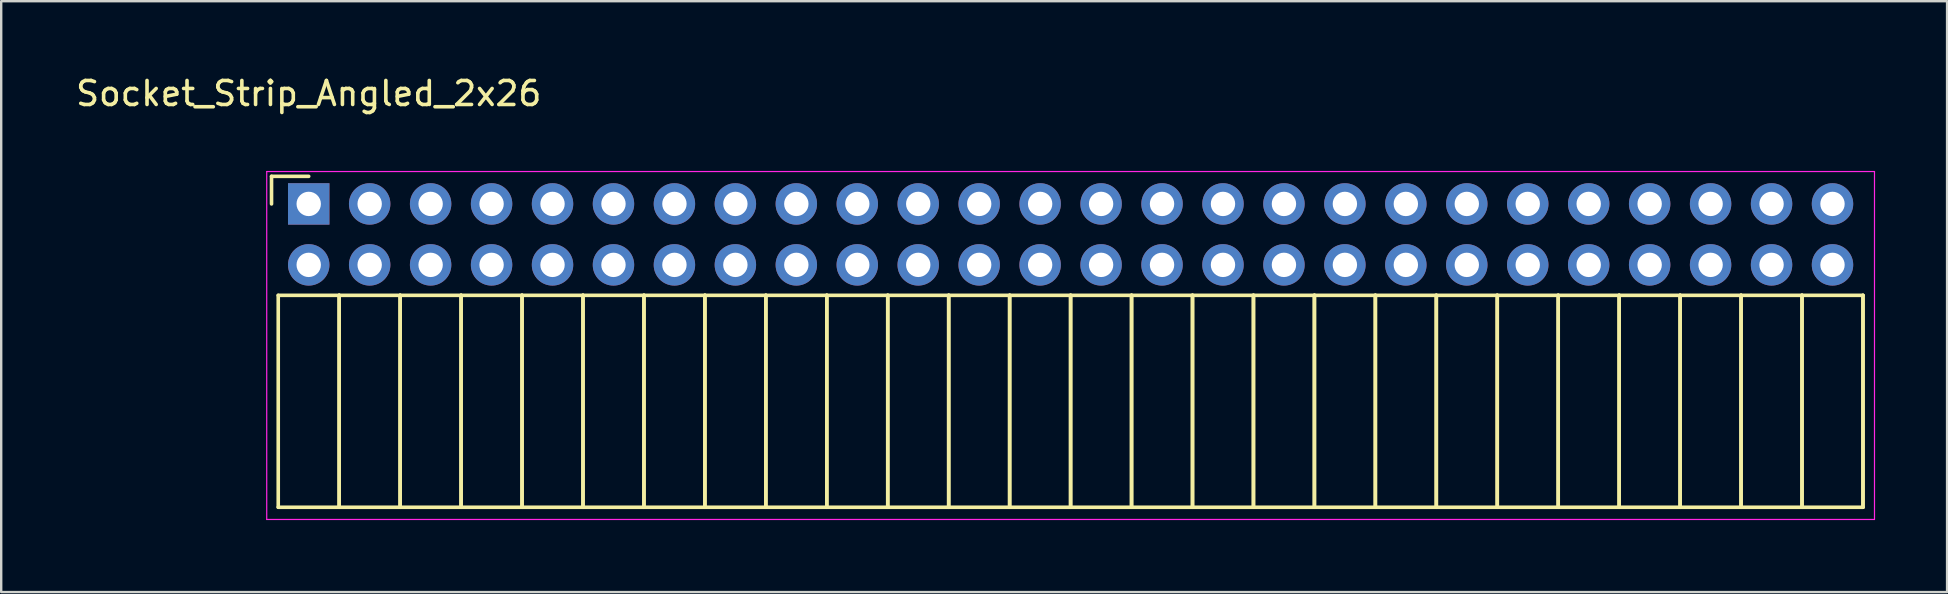
<source format=kicad_pcb>
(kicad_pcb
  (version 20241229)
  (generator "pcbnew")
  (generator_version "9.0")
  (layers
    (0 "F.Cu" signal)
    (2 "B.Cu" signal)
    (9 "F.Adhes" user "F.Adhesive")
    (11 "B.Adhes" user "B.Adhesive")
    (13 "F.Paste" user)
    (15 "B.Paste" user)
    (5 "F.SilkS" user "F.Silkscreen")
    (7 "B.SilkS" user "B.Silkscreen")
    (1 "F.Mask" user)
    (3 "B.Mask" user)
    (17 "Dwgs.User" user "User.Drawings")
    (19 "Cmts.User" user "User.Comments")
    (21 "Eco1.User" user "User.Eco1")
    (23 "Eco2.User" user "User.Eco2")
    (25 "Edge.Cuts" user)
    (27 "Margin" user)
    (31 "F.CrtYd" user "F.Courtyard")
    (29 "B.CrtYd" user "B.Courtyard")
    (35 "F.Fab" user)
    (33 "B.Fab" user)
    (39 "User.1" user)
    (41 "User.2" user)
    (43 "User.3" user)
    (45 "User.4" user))
  (footprint "Socket_Strip_Angled_2x26"
    (layer "F.Cu")
    (at 9.815 5.448)
    (property "Reference" "Socket_Strip_Angled_2x26" (at 0 -4.6 0) (layer "F.SilkS") (effects (font (size 1 1) (thickness 0.15))))
    (attr through_hole)
    (fp_line (start -1.55 -1.15) (end -1.55 0) (stroke (width 0.15) (type solid)) (layer "F.SilkS"))
    (fp_line (start -1.27 3.81) (end -1.27 12.64) (stroke (width 0.15) (type solid)) (layer "F.SilkS"))
    (fp_line (start -1.27 3.81) (end 1.27 3.81) (stroke (width 0.15) (type solid)) (layer "F.SilkS"))
    (fp_line (start -1.27 12.64) (end 1.27 12.64) (stroke (width 0.15) (type solid)) (layer "F.SilkS"))
    (fp_line (start 0 -1.15) (end -1.55 -1.15) (stroke (width 0.15) (type solid)) (layer "F.SilkS"))
    (fp_line (start 1.27 3.81) (end 1.27 12.64) (stroke (width 0.15) (type solid)) (layer "F.SilkS"))
    (fp_line (start 1.27 3.81) (end 3.81 3.81) (stroke (width 0.15) (type solid)) (layer "F.SilkS"))
    (fp_line (start 1.27 12.64) (end 1.27 3.81) (stroke (width 0.15) (type solid)) (layer "F.SilkS"))
    (fp_line (start 1.27 12.64) (end 3.81 12.64) (stroke (width 0.15) (type solid)) (layer "F.SilkS"))
    (fp_line (start 3.81 3.81) (end 3.81 12.64) (stroke (width 0.15) (type solid)) (layer "F.SilkS"))
    (fp_line (start 3.81 3.81) (end 6.35 3.81) (stroke (width 0.15) (type solid)) (layer "F.SilkS"))
    (fp_line (start 3.81 12.64) (end 3.81 3.81) (stroke (width 0.15) (type solid)) (layer "F.SilkS"))
    (fp_line (start 3.81 12.64) (end 6.35 12.64) (stroke (width 0.15) (type solid)) (layer "F.SilkS"))
    (fp_line (start 6.35 3.81) (end 6.35 12.64) (stroke (width 0.15) (type solid)) (layer "F.SilkS"))
    (fp_line (start 6.35 3.81) (end 8.89 3.81) (stroke (width 0.15) (type solid)) (layer "F.SilkS"))
    (fp_line (start 6.35 12.64) (end 6.35 3.81) (stroke (width 0.15) (type solid)) (layer "F.SilkS"))
    (fp_line (start 6.35 12.64) (end 8.89 12.64) (stroke (width 0.15) (type solid)) (layer "F.SilkS"))
    (fp_line (start 8.89 3.81) (end 8.89 12.64) (stroke (width 0.15) (type solid)) (layer "F.SilkS"))
    (fp_line (start 8.89 3.81) (end 11.43 3.81) (stroke (width 0.15) (type solid)) (layer "F.SilkS"))
    (fp_line (start 8.89 12.64) (end 8.89 3.81) (stroke (width 0.15) (type solid)) (layer "F.SilkS"))
    (fp_line (start 8.89 12.64) (end 11.43 12.64) (stroke (width 0.15) (type solid)) (layer "F.SilkS"))
    (fp_line (start 11.43 3.81) (end 11.43 12.64) (stroke (width 0.15) (type solid)) (layer "F.SilkS"))
    (fp_line (start 11.43 3.81) (end 13.97 3.81) (stroke (width 0.15) (type solid)) (layer "F.SilkS"))
    (fp_line (start 11.43 12.64) (end 11.43 3.81) (stroke (width 0.15) (type solid)) (layer "F.SilkS"))
    (fp_line (start 11.43 12.64) (end 13.97 12.64) (stroke (width 0.15) (type solid)) (layer "F.SilkS"))
    (fp_line (start 13.97 3.81) (end 13.97 12.64) (stroke (width 0.15) (type solid)) (layer "F.SilkS"))
    (fp_line (start 13.97 3.81) (end 16.51 3.81) (stroke (width 0.15) (type solid)) (layer "F.SilkS"))
    (fp_line (start 13.97 12.64) (end 13.97 3.81) (stroke (width 0.15) (type solid)) (layer "F.SilkS"))
    (fp_line (start 13.97 12.64) (end 16.51 12.64) (stroke (width 0.15) (type solid)) (layer "F.SilkS"))
    (fp_line (start 16.51 3.81) (end 16.51 12.64) (stroke (width 0.15) (type solid)) (layer "F.SilkS"))
    (fp_line (start 16.51 3.81) (end 19.05 3.81) (stroke (width 0.15) (type solid)) (layer "F.SilkS"))
    (fp_line (start 16.51 12.64) (end 16.51 3.81) (stroke (width 0.15) (type solid)) (layer "F.SilkS"))
    (fp_line (start 16.51 12.64) (end 19.05 12.64) (stroke (width 0.15) (type solid)) (layer "F.SilkS"))
    (fp_line (start 19.05 3.81) (end 19.05 12.64) (stroke (width 0.15) (type solid)) (layer "F.SilkS"))
    (fp_line (start 19.05 3.81) (end 21.59 3.81) (stroke (width 0.15) (type solid)) (layer "F.SilkS"))
    (fp_line (start 19.05 12.64) (end 19.05 3.81) (stroke (width 0.15) (type solid)) (layer "F.SilkS"))
    (fp_line (start 19.05 12.64) (end 21.59 12.64) (stroke (width 0.15) (type solid)) (layer "F.SilkS"))
    (fp_line (start 21.59 3.81) (end 21.59 12.64) (stroke (width 0.15) (type solid)) (layer "F.SilkS"))
    (fp_line (start 21.59 3.81) (end 24.13 3.81) (stroke (width 0.15) (type solid)) (layer "F.SilkS"))
    (fp_line (start 21.59 12.64) (end 21.59 3.81) (stroke (width 0.15) (type solid)) (layer "F.SilkS"))
    (fp_line (start 21.59 12.64) (end 24.13 12.64) (stroke (width 0.15) (type solid)) (layer "F.SilkS"))
    (fp_line (start 24.13 3.81) (end 24.13 12.64) (stroke (width 0.15) (type solid)) (layer "F.SilkS"))
    (fp_line (start 24.13 3.81) (end 26.67 3.81) (stroke (width 0.15) (type solid)) (layer "F.SilkS"))
    (fp_line (start 24.13 12.64) (end 24.13 3.81) (stroke (width 0.15) (type solid)) (layer "F.SilkS"))
    (fp_line (start 24.13 12.64) (end 26.67 12.64) (stroke (width 0.15) (type solid)) (layer "F.SilkS"))
    (fp_line (start 26.67 3.81) (end 26.67 12.64) (stroke (width 0.15) (type solid)) (layer "F.SilkS"))
    (fp_line (start 26.67 3.81) (end 29.21 3.81) (stroke (width 0.15) (type solid)) (layer "F.SilkS"))
    (fp_line (start 26.67 12.64) (end 26.67 3.81) (stroke (width 0.15) (type solid)) (layer "F.SilkS"))
    (fp_line (start 26.67 12.64) (end 29.21 12.64) (stroke (width 0.15) (type solid)) (layer "F.SilkS"))
    (fp_line (start 29.21 3.81) (end 29.21 12.64) (stroke (width 0.15) (type solid)) (layer "F.SilkS"))
    (fp_line (start 29.21 3.81) (end 31.75 3.81) (stroke (width 0.15) (type solid)) (layer "F.SilkS"))
    (fp_line (start 29.21 12.64) (end 29.21 3.81) (stroke (width 0.15) (type solid)) (layer "F.SilkS"))
    (fp_line (start 29.21 12.64) (end 31.75 12.64) (stroke (width 0.15) (type solid)) (layer "F.SilkS"))
    (fp_line (start 31.75 3.81) (end 31.75 12.64) (stroke (width 0.15) (type solid)) (layer "F.SilkS"))
    (fp_line (start 31.75 3.81) (end 34.29 3.81) (stroke (width 0.15) (type solid)) (layer "F.SilkS"))
    (fp_line (start 31.75 12.64) (end 31.75 3.81) (stroke (width 0.15) (type solid)) (layer "F.SilkS"))
    (fp_line (start 31.75 12.64) (end 34.29 12.64) (stroke (width 0.15) (type solid)) (layer "F.SilkS"))
    (fp_line (start 34.29 3.81) (end 34.29 12.64) (stroke (width 0.15) (type solid)) (layer "F.SilkS"))
    (fp_line (start 34.29 3.81) (end 36.83 3.81) (stroke (width 0.15) (type solid)) (layer "F.SilkS"))
    (fp_line (start 34.29 12.64) (end 34.29 3.81) (stroke (width 0.15) (type solid)) (layer "F.SilkS"))
    (fp_line (start 34.29 12.64) (end 36.83 12.64) (stroke (width 0.15) (type solid)) (layer "F.SilkS"))
    (fp_line (start 36.83 3.81) (end 36.83 12.64) (stroke (width 0.15) (type solid)) (layer "F.SilkS"))
    (fp_line (start 36.83 3.81) (end 39.37 3.81) (stroke (width 0.15) (type solid)) (layer "F.SilkS"))
    (fp_line (start 36.83 12.64) (end 36.83 3.81) (stroke (width 0.15) (type solid)) (layer "F.SilkS"))
    (fp_line (start 36.83 12.64) (end 39.37 12.64) (stroke (width 0.15) (type solid)) (layer "F.SilkS"))
    (fp_line (start 39.37 3.81) (end 39.37 12.64) (stroke (width 0.15) (type solid)) (layer "F.SilkS"))
    (fp_line (start 39.37 3.81) (end 41.91 3.81) (stroke (width 0.15) (type solid)) (layer "F.SilkS"))
    (fp_line (start 39.37 12.64) (end 39.37 3.81) (stroke (width 0.15) (type solid)) (layer "F.SilkS"))
    (fp_line (start 39.37 12.64) (end 41.91 12.64) (stroke (width 0.15) (type solid)) (layer "F.SilkS"))
    (fp_line (start 41.91 3.81) (end 41.91 12.64) (stroke (width 0.15) (type solid)) (layer "F.SilkS"))
    (fp_line (start 41.91 3.81) (end 44.45 3.81) (stroke (width 0.15) (type solid)) (layer "F.SilkS"))
    (fp_line (start 41.91 12.64) (end 41.91 3.81) (stroke (width 0.15) (type solid)) (layer "F.SilkS"))
    (fp_line (start 41.91 12.64) (end 44.45 12.64) (stroke (width 0.15) (type solid)) (layer "F.SilkS"))
    (fp_line (start 44.45 3.81) (end 44.45 12.64) (stroke (width 0.15) (type solid)) (layer "F.SilkS"))
    (fp_line (start 44.45 3.81) (end 46.99 3.81) (stroke (width 0.15) (type solid)) (layer "F.SilkS"))
    (fp_line (start 44.45 12.64) (end 44.45 3.81) (stroke (width 0.15) (type solid)) (layer "F.SilkS"))
    (fp_line (start 44.45 12.64) (end 46.99 12.64) (stroke (width 0.15) (type solid)) (layer "F.SilkS"))
    (fp_line (start 46.99 3.81) (end 46.99 12.64) (stroke (width 0.15) (type solid)) (layer "F.SilkS"))
    (fp_line (start 46.99 3.81) (end 49.53 3.81) (stroke (width 0.15) (type solid)) (layer "F.SilkS"))
    (fp_line (start 46.99 12.64) (end 46.99 3.81) (stroke (width 0.15) (type solid)) (layer "F.SilkS"))
    (fp_line (start 46.99 12.64) (end 49.53 12.64) (stroke (width 0.15) (type solid)) (layer "F.SilkS"))
    (fp_line (start 49.53 3.81) (end 49.53 12.64) (stroke (width 0.15) (type solid)) (layer "F.SilkS"))
    (fp_line (start 49.53 3.81) (end 52.07 3.81) (stroke (width 0.15) (type solid)) (layer "F.SilkS"))
    (fp_line (start 49.53 12.64) (end 49.53 3.81) (stroke (width 0.15) (type solid)) (layer "F.SilkS"))
    (fp_line (start 49.53 12.64) (end 52.07 12.64) (stroke (width 0.15) (type solid)) (layer "F.SilkS"))
    (fp_line (start 52.07 3.81) (end 52.07 12.64) (stroke (width 0.15) (type solid)) (layer "F.SilkS"))
    (fp_line (start 52.07 3.81) (end 54.61 3.81) (stroke (width 0.15) (type solid)) (layer "F.SilkS"))
    (fp_line (start 52.07 12.64) (end 52.07 3.81) (stroke (width 0.15) (type solid)) (layer "F.SilkS"))
    (fp_line (start 52.07 12.64) (end 54.61 12.64) (stroke (width 0.15) (type solid)) (layer "F.SilkS"))
    (fp_line (start 54.61 3.81) (end 54.61 12.64) (stroke (width 0.15) (type solid)) (layer "F.SilkS"))
    (fp_line (start 54.61 3.81) (end 57.15 3.81) (stroke (width 0.15) (type solid)) (layer "F.SilkS"))
    (fp_line (start 54.61 12.64) (end 54.61 3.81) (stroke (width 0.15) (type solid)) (layer "F.SilkS"))
    (fp_line (start 54.61 12.64) (end 57.15 12.64) (stroke (width 0.15) (type solid)) (layer "F.SilkS"))
    (fp_line (start 57.15 3.81) (end 57.15 12.64) (stroke (width 0.15) (type solid)) (layer "F.SilkS"))
    (fp_line (start 57.15 3.81) (end 59.69 3.81) (stroke (width 0.15) (type solid)) (layer "F.SilkS"))
    (fp_line (start 57.15 12.64) (end 57.15 3.81) (stroke (width 0.15) (type solid)) (layer "F.SilkS"))
    (fp_line (start 57.15 12.64) (end 59.69 12.64) (stroke (width 0.15) (type solid)) (layer "F.SilkS"))
    (fp_line (start 59.69 3.81) (end 59.69 12.64) (stroke (width 0.15) (type solid)) (layer "F.SilkS"))
    (fp_line (start 59.69 3.81) (end 62.23 3.81) (stroke (width 0.15) (type solid)) (layer "F.SilkS"))
    (fp_line (start 59.69 12.64) (end 59.69 3.81) (stroke (width 0.15) (type solid)) (layer "F.SilkS"))
    (fp_line (start 59.69 12.64) (end 62.23 12.64) (stroke (width 0.15) (type solid)) (layer "F.SilkS"))
    (fp_line (start 62.23 3.81) (end 62.23 12.64) (stroke (width 0.15) (type solid)) (layer "F.SilkS"))
    (fp_line (start 62.23 3.81) (end 64.77 3.81) (stroke (width 0.15) (type solid)) (layer "F.SilkS"))
    (fp_line (start 62.23 12.64) (end 62.23 3.81) (stroke (width 0.15) (type solid)) (layer "F.SilkS"))
    (fp_line (start 62.23 12.64) (end 64.77 12.64) (stroke (width 0.15) (type solid)) (layer "F.SilkS"))
    (fp_line (start 64.77 3.81) (end 64.77 12.64) (stroke (width 0.15) (type solid)) (layer "F.SilkS"))
    (fp_line (start 64.77 12.64) (end 64.77 3.81) (stroke (width 0.15) (type solid)) (layer "F.SilkS"))
    (fp_line (start -1.75 -1.35) (end -1.75 13.15) (stroke (width 0.05) (type solid)) (layer "F.CrtYd"))
    (fp_line (start -1.75 -1.35) (end 65.25 -1.35) (stroke (width 0.05) (type solid)) (layer "F.CrtYd"))
    (fp_line (start -1.75 13.15) (end 65.25 13.15) (stroke (width 0.05) (type solid)) (layer "F.CrtYd"))
    (fp_line (start 65.25 -1.35) (end 65.25 13.15) (stroke (width 0.05) (type solid)) (layer "F.CrtYd"))
    (pad "1" thru_hole rect (at 0 0) (size 1.727 1.727) (drill 1.016) (layers "*.Cu" "*.Mask"))
    (pad "2" thru_hole oval (at 0 2.54) (size 1.727 1.727) (drill 1.016) (layers "*.Cu" "*.Mask"))
    (pad "3" thru_hole oval (at 2.54 0) (size 1.727 1.727) (drill 1.016) (layers "*.Cu" "*.Mask"))
    (pad "4" thru_hole oval (at 2.54 2.54) (size 1.727 1.727) (drill 1.016) (layers "*.Cu" "*.Mask"))
    (pad "5" thru_hole oval (at 5.08 0) (size 1.727 1.727) (drill 1.016) (layers "*.Cu" "*.Mask"))
    (pad "6" thru_hole oval (at 5.08 2.54) (size 1.727 1.727) (drill 1.016) (layers "*.Cu" "*.Mask"))
    (pad "7" thru_hole oval (at 7.62 0) (size 1.727 1.727) (drill 1.016) (layers "*.Cu" "*.Mask"))
    (pad "8" thru_hole oval (at 7.62 2.54) (size 1.727 1.727) (drill 1.016) (layers "*.Cu" "*.Mask"))
    (pad "9" thru_hole oval (at 10.16 0) (size 1.727 1.727) (drill 1.016) (layers "*.Cu" "*.Mask"))
    (pad "10" thru_hole oval (at 10.16 2.54) (size 1.727 1.727) (drill 1.016) (layers "*.Cu" "*.Mask"))
    (pad "11" thru_hole oval (at 12.7 0) (size 1.727 1.727) (drill 1.016) (layers "*.Cu" "*.Mask"))
    (pad "12" thru_hole oval (at 12.7 2.54) (size 1.727 1.727) (drill 1.016) (layers "*.Cu" "*.Mask"))
    (pad "13" thru_hole oval (at 15.24 0) (size 1.727 1.727) (drill 1.016) (layers "*.Cu" "*.Mask"))
    (pad "14" thru_hole oval (at 15.24 2.54) (size 1.727 1.727) (drill 1.016) (layers "*.Cu" "*.Mask"))
    (pad "15" thru_hole oval (at 17.78 0) (size 1.727 1.727) (drill 1.016) (layers "*.Cu" "*.Mask"))
    (pad "16" thru_hole oval (at 17.78 2.54) (size 1.727 1.727) (drill 1.016) (layers "*.Cu" "*.Mask"))
    (pad "17" thru_hole oval (at 20.32 0) (size 1.727 1.727) (drill 1.016) (layers "*.Cu" "*.Mask"))
    (pad "18" thru_hole oval (at 20.32 2.54) (size 1.727 1.727) (drill 1.016) (layers "*.Cu" "*.Mask"))
    (pad "19" thru_hole oval (at 22.86 0) (size 1.727 1.727) (drill 1.016) (layers "*.Cu" "*.Mask"))
    (pad "20" thru_hole oval (at 22.86 2.54) (size 1.727 1.727) (drill 1.016) (layers "*.Cu" "*.Mask"))
    (pad "21" thru_hole oval (at 25.4 0) (size 1.727 1.727) (drill 1.016) (layers "*.Cu" "*.Mask"))
    (pad "22" thru_hole oval (at 25.4 2.54) (size 1.727 1.727) (drill 1.016) (layers "*.Cu" "*.Mask"))
    (pad "23" thru_hole oval (at 27.94 0) (size 1.727 1.727) (drill 1.016) (layers "*.Cu" "*.Mask"))
    (pad "24" thru_hole oval (at 27.94 2.54) (size 1.727 1.727) (drill 1.016) (layers "*.Cu" "*.Mask"))
    (pad "25" thru_hole oval (at 30.48 0) (size 1.727 1.727) (drill 1.016) (layers "*.Cu" "*.Mask"))
    (pad "26" thru_hole oval (at 30.48 2.54) (size 1.727 1.727) (drill 1.016) (layers "*.Cu" "*.Mask"))
    (pad "27" thru_hole oval (at 33.02 0) (size 1.727 1.727) (drill 1.016) (layers "*.Cu" "*.Mask"))
    (pad "28" thru_hole oval (at 33.02 2.54) (size 1.727 1.727) (drill 1.016) (layers "*.Cu" "*.Mask"))
    (pad "29" thru_hole oval (at 35.56 0) (size 1.727 1.727) (drill 1.016) (layers "*.Cu" "*.Mask"))
    (pad "30" thru_hole oval (at 35.56 2.54) (size 1.727 1.727) (drill 1.016) (layers "*.Cu" "*.Mask"))
    (pad "31" thru_hole oval (at 38.1 0) (size 1.727 1.727) (drill 1.016) (layers "*.Cu" "*.Mask"))
    (pad "32" thru_hole oval (at 38.1 2.54) (size 1.727 1.727) (drill 1.016) (layers "*.Cu" "*.Mask"))
    (pad "33" thru_hole oval (at 40.64 0) (size 1.727 1.727) (drill 1.016) (layers "*.Cu" "*.Mask"))
    (pad "34" thru_hole oval (at 40.64 2.54) (size 1.727 1.727) (drill 1.016) (layers "*.Cu" "*.Mask"))
    (pad "35" thru_hole oval (at 43.18 0) (size 1.727 1.727) (drill 1.016) (layers "*.Cu" "*.Mask"))
    (pad "36" thru_hole oval (at 43.18 2.54) (size 1.727 1.727) (drill 1.016) (layers "*.Cu" "*.Mask"))
    (pad "37" thru_hole oval (at 45.72 0) (size 1.727 1.727) (drill 1.016) (layers "*.Cu" "*.Mask"))
    (pad "38" thru_hole oval (at 45.72 2.54) (size 1.727 1.727) (drill 1.016) (layers "*.Cu" "*.Mask"))
    (pad "39" thru_hole oval (at 48.26 0) (size 1.727 1.727) (drill 1.016) (layers "*.Cu" "*.Mask"))
    (pad "40" thru_hole oval (at 48.26 2.54) (size 1.727 1.727) (drill 1.016) (layers "*.Cu" "*.Mask"))
    (pad "41" thru_hole oval (at 50.8 0) (size 1.727 1.727) (drill 1.016) (layers "*.Cu" "*.Mask"))
    (pad "42" thru_hole oval (at 50.8 2.54) (size 1.727 1.727) (drill 1.016) (layers "*.Cu" "*.Mask"))
    (pad "43" thru_hole oval (at 53.34 0) (size 1.727 1.727) (drill 1.016) (layers "*.Cu" "*.Mask"))
    (pad "44" thru_hole oval (at 53.34 2.54) (size 1.727 1.727) (drill 1.016) (layers "*.Cu" "*.Mask"))
    (pad "45" thru_hole oval (at 55.88 0) (size 1.727 1.727) (drill 1.016) (layers "*.Cu" "*.Mask"))
    (pad "46" thru_hole oval (at 55.88 2.54) (size 1.727 1.727) (drill 1.016) (layers "*.Cu" "*.Mask"))
    (pad "47" thru_hole oval (at 58.42 0) (size 1.727 1.727) (drill 1.016) (layers "*.Cu" "*.Mask"))
    (pad "48" thru_hole oval (at 58.42 2.54) (size 1.727 1.727) (drill 1.016) (layers "*.Cu" "*.Mask"))
    (pad "49" thru_hole oval (at 60.96 0) (size 1.727 1.727) (drill 1.016) (layers "*.Cu" "*.Mask"))
    (pad "50" thru_hole oval (at 60.96 2.54) (size 1.727 1.727) (drill 1.016) (layers "*.Cu" "*.Mask"))
    (pad "51" thru_hole oval (at 63.5 0) (size 1.727 1.727) (drill 1.016) (layers "*.Cu" "*.Mask"))
    (pad "52" thru_hole oval (at 63.5 2.54) (size 1.727 1.727) (drill 1.016) (layers "*.Cu" "*.Mask")))
  (gr_rect
    (start -3 -3)
    (end 78.09 21.623)
    (stroke (width 0.1) (type default))
    (fill no)
    (layer "Edge.Cuts")))
</source>
